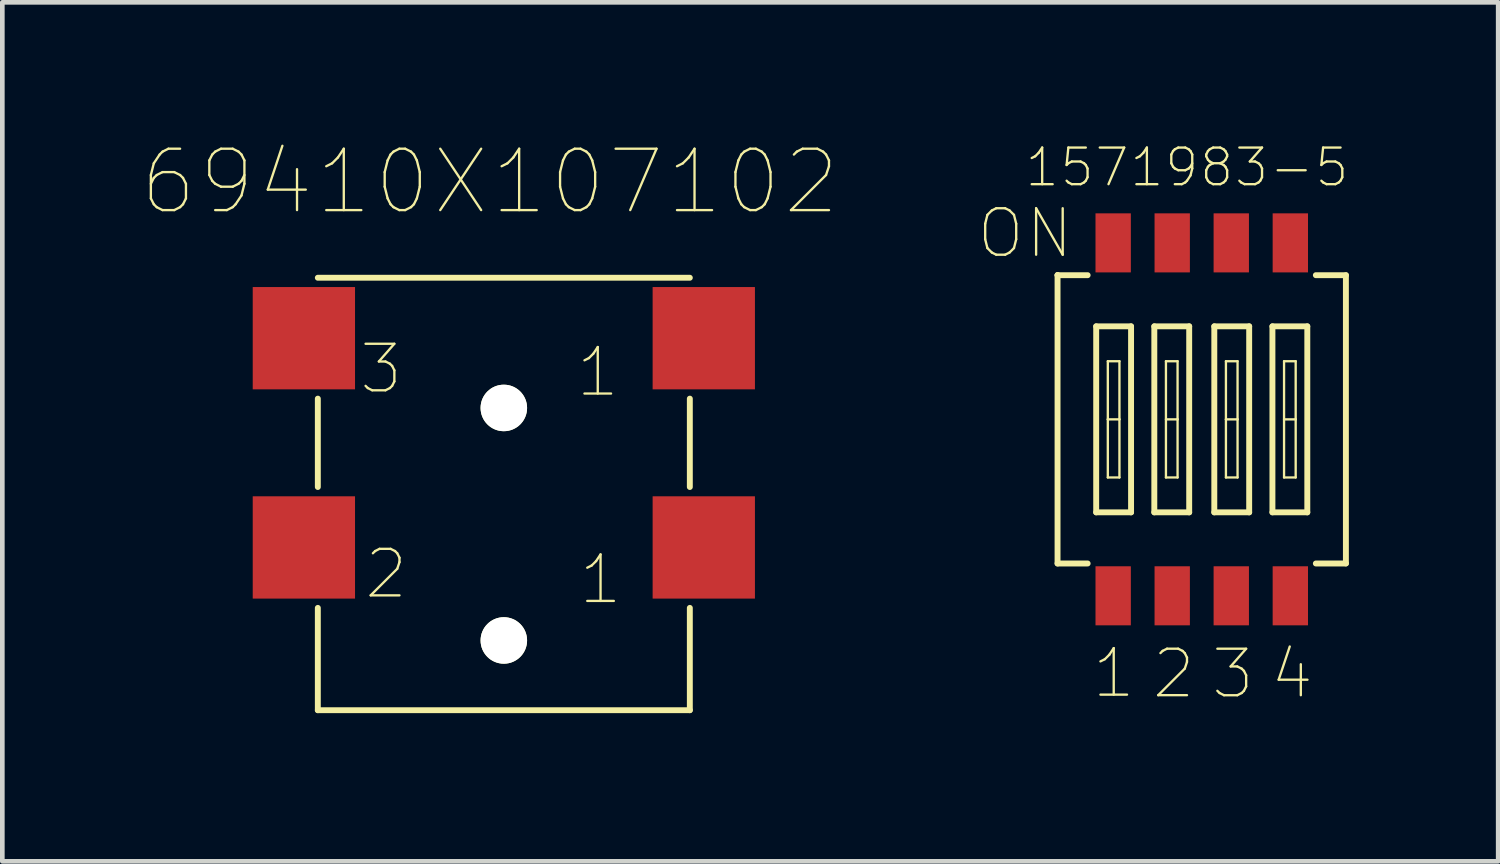
<source format=kicad_pcb>
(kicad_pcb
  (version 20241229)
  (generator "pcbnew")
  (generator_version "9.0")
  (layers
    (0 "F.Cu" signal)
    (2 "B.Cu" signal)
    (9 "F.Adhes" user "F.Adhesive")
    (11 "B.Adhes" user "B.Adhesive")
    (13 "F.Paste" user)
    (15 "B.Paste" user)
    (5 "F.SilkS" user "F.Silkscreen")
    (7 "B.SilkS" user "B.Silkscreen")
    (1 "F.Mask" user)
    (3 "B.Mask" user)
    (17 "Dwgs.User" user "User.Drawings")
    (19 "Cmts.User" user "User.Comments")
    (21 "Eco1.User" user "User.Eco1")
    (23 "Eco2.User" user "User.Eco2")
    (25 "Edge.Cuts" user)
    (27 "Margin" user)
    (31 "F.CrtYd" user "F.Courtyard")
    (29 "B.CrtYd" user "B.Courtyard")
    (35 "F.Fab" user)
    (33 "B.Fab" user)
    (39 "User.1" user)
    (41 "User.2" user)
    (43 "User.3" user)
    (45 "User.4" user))
  (footprint "69410X107102"
    (layer "F.Cu")
    (at 7.785 12.223)
    (property "Reference" "69410X107102" (at -0.299 -11.363 0) (layer "F.SilkS") (effects (font (size 1.32 1.32) (thickness 0.05))))
    (attr smd)
    (fp_line (start -4 -9.3) (end 4 -9.3) (stroke (width 0.127) (type solid)) (layer "F.SilkS"))
    (fp_line (start -4 -4.8) (end -4 -6.7) (stroke (width 0.127) (type solid)) (layer "F.SilkS"))
    (fp_line (start -4 -2.2) (end -4 0) (stroke (width 0.127) (type solid)) (layer "F.SilkS"))
    (fp_line (start 4 -4.8) (end 4 -6.7) (stroke (width 0.127) (type solid)) (layer "F.SilkS"))
    (fp_line (start 4 -2.2) (end 4 0) (stroke (width 0.127) (type solid)) (layer "F.SilkS"))
    (fp_line (start 4 0) (end -4 0) (stroke (width 0.127) (type solid)) (layer "F.SilkS"))
    (fp_line (start -4 0) (end -4 -9.3) (stroke (width 0.127) (type solid)) (layer "Eco2.User"))
    (fp_line (start 4 -9.3) (end 4 0) (stroke (width 0.127) (type solid)) (layer "Eco2.User"))
    (fp_text user "2" (at -2.53 -2.93 0) (layer "F.SilkS") (effects (font (size 1 1) (thickness 0.05))))
    (fp_text user "3" (at -2.64 -7.34 0) (layer "F.SilkS") (effects (font (size 1 1) (thickness 0.05))))
    (fp_text user "1" (at 2.08 -2.81 0) (layer "F.SilkS") (effects (font (size 1 1) (thickness 0.05))))
    (fp_text user "1" (at 2.02 -7.27 0) (layer "F.SilkS") (effects (font (size 1 1) (thickness 0.05))))
    (pad "" np_thru_hole circle (at 0 -6.5) (size 1 1) (drill 1) (layers "*.Cu" "*.Mask" "F.SilkS"))
    (pad "" np_thru_hole circle (at 0 -1.5) (size 1 1) (drill 1) (layers "*.Cu" "*.Mask" "F.SilkS"))
    (pad "1" smd rect (at 4.3 -8 180) (size 2.2 2.2) (layers "F.Cu" "F.Mask" "F.Paste"))
    (pad "2" smd rect (at -4.3 -3.5 180) (size 2.2 2.2) (layers "F.Cu" "F.Mask" "F.Paste"))
    (pad "3" smd rect (at -4.3 -8 180) (size 2.2 2.2) (layers "F.Cu" "F.Mask" "F.Paste"))
    (pad "A1" smd rect (at 4.3 -3.5 180) (size 2.2 2.2) (layers "F.Cu" "F.Mask" "F.Paste")))
  (footprint "1571983-5"
    (layer "F.Cu")
    (at 22.794 5.968)
    (property "Reference" "1571983-5" (at -0.317 -5.419 0) (layer "F.SilkS") (effects (font (size 0.788 0.788) (thickness 0.05))))
    (attr smd)
    (fp_line (start -3.101 -3.103) (end -3.101 -3.1) (stroke (width 0.127) (type solid)) (layer "F.SilkS"))
    (fp_line (start -3.101 -3.1) (end -3.101 3.1) (stroke (width 0.127) (type solid)) (layer "F.SilkS"))
    (fp_line (start -3.101 -3.1) (end -2.454 -3.1) (stroke (width 0.127) (type solid)) (layer "F.SilkS"))
    (fp_line (start -3.101 3.1) (end -2.454 3.1) (stroke (width 0.127) (type solid)) (layer "F.SilkS"))
    (fp_line (start -2.27 -2) (end -2.27 2) (stroke (width 0.127) (type solid)) (layer "F.SilkS"))
    (fp_line (start -2.27 2) (end -1.52 2) (stroke (width 0.127) (type solid)) (layer "F.SilkS"))
    (fp_line (start -2.02 -1.25) (end -2.02 0) (stroke (width 0.05) (type solid)) (layer "F.SilkS"))
    (fp_line (start -2.02 0) (end -2.02 1.25) (stroke (width 0.05) (type solid)) (layer "F.SilkS"))
    (fp_line (start -2.02 0) (end -1.77 0) (stroke (width 0.05) (type solid)) (layer "F.SilkS"))
    (fp_line (start -2.02 1.25) (end -1.77 1.25) (stroke (width 0.05) (type solid)) (layer "F.SilkS"))
    (fp_line (start -1.77 -1.25) (end -2.02 -1.25) (stroke (width 0.05) (type solid)) (layer "F.SilkS"))
    (fp_line (start -1.77 0) (end -1.77 -1.25) (stroke (width 0.05) (type solid)) (layer "F.SilkS"))
    (fp_line (start -1.77 1.25) (end -1.77 0) (stroke (width 0.05) (type solid)) (layer "F.SilkS"))
    (fp_line (start -1.52 -2) (end -2.27 -2) (stroke (width 0.127) (type solid)) (layer "F.SilkS"))
    (fp_line (start -1.52 2) (end -1.52 -2) (stroke (width 0.127) (type solid)) (layer "F.SilkS"))
    (fp_line (start -1.02 -2) (end -1.02 2) (stroke (width 0.127) (type solid)) (layer "F.SilkS"))
    (fp_line (start -1.02 2) (end -0.27 2) (stroke (width 0.127) (type solid)) (layer "F.SilkS"))
    (fp_line (start -0.77 -1.25) (end -0.77 1.25) (stroke (width 0.05) (type solid)) (layer "F.SilkS"))
    (fp_line (start -0.77 0) (end -0.52 0) (stroke (width 0.05) (type solid)) (layer "F.SilkS"))
    (fp_line (start -0.77 1.25) (end -0.52 1.25) (stroke (width 0.05) (type solid)) (layer "F.SilkS"))
    (fp_line (start -0.52 -1.25) (end -0.77 -1.25) (stroke (width 0.05) (type solid)) (layer "F.SilkS"))
    (fp_line (start -0.52 0) (end -0.52 -1.25) (stroke (width 0.05) (type solid)) (layer "F.SilkS"))
    (fp_line (start -0.52 1.25) (end -0.52 0) (stroke (width 0.05) (type solid)) (layer "F.SilkS"))
    (fp_line (start -0.27 -2) (end -1.02 -2) (stroke (width 0.127) (type solid)) (layer "F.SilkS"))
    (fp_line (start -0.27 2) (end -0.27 -2) (stroke (width 0.127) (type solid)) (layer "F.SilkS"))
    (fp_line (start 0.27 -2) (end 0.27 2) (stroke (width 0.127) (type solid)) (layer "F.SilkS"))
    (fp_line (start 0.27 2) (end 1.02 2) (stroke (width 0.127) (type solid)) (layer "F.SilkS"))
    (fp_line (start 0.52 -1.25) (end 0.52 0) (stroke (width 0.05) (type solid)) (layer "F.SilkS"))
    (fp_line (start 0.52 0) (end 0.52 1.25) (stroke (width 0.05) (type solid)) (layer "F.SilkS"))
    (fp_line (start 0.52 0) (end 0.77 0) (stroke (width 0.05) (type solid)) (layer "F.SilkS"))
    (fp_line (start 0.52 1.25) (end 0.77 1.25) (stroke (width 0.05) (type solid)) (layer "F.SilkS"))
    (fp_line (start 0.77 -1.25) (end 0.52 -1.25) (stroke (width 0.05) (type solid)) (layer "F.SilkS"))
    (fp_line (start 0.77 0) (end 0.77 -1.25) (stroke (width 0.05) (type solid)) (layer "F.SilkS"))
    (fp_line (start 0.77 1.25) (end 0.77 0) (stroke (width 0.05) (type solid)) (layer "F.SilkS"))
    (fp_line (start 1.02 -2) (end 0.27 -2) (stroke (width 0.127) (type solid)) (layer "F.SilkS"))
    (fp_line (start 1.02 2) (end 1.02 -2) (stroke (width 0.127) (type solid)) (layer "F.SilkS"))
    (fp_line (start 1.52 -2) (end 1.52 2) (stroke (width 0.127) (type solid)) (layer "F.SilkS"))
    (fp_line (start 1.52 2) (end 2.27 2) (stroke (width 0.127) (type solid)) (layer "F.SilkS"))
    (fp_line (start 1.77 -1.25) (end 1.77 1.25) (stroke (width 0.05) (type solid)) (layer "F.SilkS"))
    (fp_line (start 1.77 0) (end 2.02 0) (stroke (width 0.05) (type solid)) (layer "F.SilkS"))
    (fp_line (start 1.77 1.25) (end 2.02 1.25) (stroke (width 0.05) (type solid)) (layer "F.SilkS"))
    (fp_line (start 2.02 -1.25) (end 1.77 -1.25) (stroke (width 0.05) (type solid)) (layer "F.SilkS"))
    (fp_line (start 2.02 0) (end 2.02 -1.25) (stroke (width 0.05) (type solid)) (layer "F.SilkS"))
    (fp_line (start 2.02 1.25) (end 2.02 0) (stroke (width 0.05) (type solid)) (layer "F.SilkS"))
    (fp_line (start 2.27 -2) (end 1.52 -2) (stroke (width 0.127) (type solid)) (layer "F.SilkS"))
    (fp_line (start 2.27 2) (end 2.27 -2) (stroke (width 0.127) (type solid)) (layer "F.SilkS"))
    (fp_line (start 2.454 -3.1) (end 3.101 -3.1) (stroke (width 0.127) (type solid)) (layer "F.SilkS"))
    (fp_line (start 2.454 3.1) (end 3.101 3.1) (stroke (width 0.127) (type solid)) (layer "F.SilkS"))
    (fp_line (start 3.1 3.098) (end 3.1 -3.099) (stroke (width 0.127) (type solid)) (layer "F.SilkS"))
    (fp_line (start -3.35 -4.68) (end -3.35 4.68) (stroke (width 0.05) (type solid)) (layer "Eco1.User"))
    (fp_line (start -3.35 4.68) (end 3.35 4.68) (stroke (width 0.05) (type solid)) (layer "Eco1.User"))
    (fp_line (start 3.35 -4.68) (end -3.35 -4.68) (stroke (width 0.05) (type solid)) (layer "Eco1.User"))
    (fp_line (start 3.35 4.68) (end 3.35 -4.68) (stroke (width 0.05) (type solid)) (layer "Eco1.User"))
    (fp_line (start -3.1 -3.1) (end -3.1 3.1) (stroke (width 0.127) (type solid)) (layer "Eco2.User"))
    (fp_line (start -3.1 3.1) (end 3.1 3.1) (stroke (width 0.127) (type solid)) (layer "Eco2.User"))
    (fp_line (start -2.27 -2) (end -2.27 2) (stroke (width 0.127) (type solid)) (layer "Eco2.User"))
    (fp_line (start -2.27 2) (end -1.52 2) (stroke (width 0.127) (type solid)) (layer "Eco2.User"))
    (fp_line (start -2.02 -1.25) (end -1.77 -1.25) (stroke (width 0.05) (type solid)) (layer "Eco2.User"))
    (fp_line (start -2.02 0) (end -2.02 -1.25) (stroke (width 0.05) (type solid)) (layer "Eco2.User"))
    (fp_line (start -2.02 0) (end -1.77 0) (stroke (width 0.05) (type solid)) (layer "Eco2.User"))
    (fp_line (start -2.02 1.25) (end -2.02 0) (stroke (width 0.05) (type solid)) (layer "Eco2.User"))
    (fp_line (start -1.77 -1.25) (end -1.77 0) (stroke (width 0.05) (type solid)) (layer "Eco2.User"))
    (fp_line (start -1.77 0) (end -1.77 1.25) (stroke (width 0.05) (type solid)) (layer "Eco2.User"))
    (fp_line (start -1.77 1.25) (end -2.02 1.25) (stroke (width 0.05) (type solid)) (layer "Eco2.User"))
    (fp_line (start -1.52 -2) (end -2.27 -2) (stroke (width 0.127) (type solid)) (layer "Eco2.User"))
    (fp_line (start -1.52 2) (end -1.52 -2) (stroke (width 0.127) (type solid)) (layer "Eco2.User"))
    (fp_line (start -1.02 -2) (end -1.02 2) (stroke (width 0.127) (type solid)) (layer "Eco2.User"))
    (fp_line (start -1.02 2) (end -0.27 2) (stroke (width 0.127) (type solid)) (layer "Eco2.User"))
    (fp_line (start -0.77 -1.25) (end -0.77 0) (stroke (width 0.05) (type solid)) (layer "Eco2.User"))
    (fp_line (start -0.77 0) (end -0.77 1.25) (stroke (width 0.05) (type solid)) (layer "Eco2.User"))
    (fp_line (start -0.77 0) (end -0.52 0) (stroke (width 0.05) (type solid)) (layer "Eco2.User"))
    (fp_line (start -0.77 1.25) (end -0.52 1.25) (stroke (width 0.05) (type solid)) (layer "Eco2.User"))
    (fp_line (start -0.52 -1.25) (end -0.77 -1.25) (stroke (width 0.05) (type solid)) (layer "Eco2.User"))
    (fp_line (start -0.52 0) (end -0.52 -1.25) (stroke (width 0.05) (type solid)) (layer "Eco2.User"))
    (fp_line (start -0.52 1.25) (end -0.52 0) (stroke (width 0.05) (type solid)) (layer "Eco2.User"))
    (fp_line (start -0.27 -2) (end -1.02 -2) (stroke (width 0.127) (type solid)) (layer "Eco2.User"))
    (fp_line (start -0.27 2) (end -0.27 -2) (stroke (width 0.127) (type solid)) (layer "Eco2.User"))
    (fp_line (start 0.27 -2) (end 0.27 2) (stroke (width 0.127) (type solid)) (layer "Eco2.User"))
    (fp_line (start 0.27 2) (end 1.02 2) (stroke (width 0.127) (type solid)) (layer "Eco2.User"))
    (fp_line (start 0.52 -1.25) (end 0.77 -1.25) (stroke (width 0.05) (type solid)) (layer "Eco2.User"))
    (fp_line (start 0.52 0) (end 0.52 -1.25) (stroke (width 0.05) (type solid)) (layer "Eco2.User"))
    (fp_line (start 0.52 0) (end 0.77 0) (stroke (width 0.05) (type solid)) (layer "Eco2.User"))
    (fp_line (start 0.52 1.25) (end 0.52 0) (stroke (width 0.05) (type solid)) (layer "Eco2.User"))
    (fp_line (start 0.77 -1.25) (end 0.77 0) (stroke (width 0.05) (type solid)) (layer "Eco2.User"))
    (fp_line (start 0.77 0) (end 0.77 1.25) (stroke (width 0.05) (type solid)) (layer "Eco2.User"))
    (fp_line (start 0.77 1.25) (end 0.52 1.25) (stroke (width 0.05) (type solid)) (layer "Eco2.User"))
    (fp_line (start 1.02 -2) (end 0.27 -2) (stroke (width 0.127) (type solid)) (layer "Eco2.User"))
    (fp_line (start 1.02 2) (end 1.02 -2) (stroke (width 0.127) (type solid)) (layer "Eco2.User"))
    (fp_line (start 1.52 -2) (end 1.52 2) (stroke (width 0.127) (type solid)) (layer "Eco2.User"))
    (fp_line (start 1.52 2) (end 2.27 2) (stroke (width 0.127) (type solid)) (layer "Eco2.User"))
    (fp_line (start 1.77 -1.25) (end 1.77 0) (stroke (width 0.05) (type solid)) (layer "Eco2.User"))
    (fp_line (start 1.77 0) (end 1.77 1.25) (stroke (width 0.05) (type solid)) (layer "Eco2.User"))
    (fp_line (start 1.77 0) (end 2.02 0) (stroke (width 0.05) (type solid)) (layer "Eco2.User"))
    (fp_line (start 1.77 1.25) (end 2.02 1.25) (stroke (width 0.05) (type solid)) (layer "Eco2.User"))
    (fp_line (start 2.02 -1.25) (end 1.77 -1.25) (stroke (width 0.05) (type solid)) (layer "Eco2.User"))
    (fp_line (start 2.02 0) (end 2.02 -1.25) (stroke (width 0.05) (type solid)) (layer "Eco2.User"))
    (fp_line (start 2.02 1.25) (end 2.02 0) (stroke (width 0.05) (type solid)) (layer "Eco2.User"))
    (fp_line (start 2.27 -2) (end 1.52 -2) (stroke (width 0.127) (type solid)) (layer "Eco2.User"))
    (fp_line (start 2.27 2) (end 2.27 -2) (stroke (width 0.127) (type solid)) (layer "Eco2.User"))
    (fp_line (start 3.1 -3.1) (end -3.1 -3.1) (stroke (width 0.127) (type solid)) (layer "Eco2.User"))
    (fp_line (start 3.1 3.1) (end 3.1 -3.1) (stroke (width 0.127) (type solid)) (layer "Eco2.User"))
    (fp_text user "ON" (at -3.8 -4 0) (layer "F.SilkS") (effects (font (size 1 1) (thickness 0.05))))
    (fp_text user "2" (at -0.603 5.472 0) (layer "F.SilkS") (effects (font (size 1 1) (thickness 0.05))))
    (fp_text user "3" (at 0.669 5.473 0) (layer "F.SilkS") (effects (font (size 1 1) (thickness 0.05))))
    (fp_text user "1" (at -1.893 5.46 0) (layer "F.SilkS") (effects (font (size 1 1) (thickness 0.05))))
    (fp_text user "4" (at 1.94 5.473 0) (layer "F.SilkS") (effects (font (size 1 1) (thickness 0.05))))
    (pad "1.1" smd rect (at -1.905 3.795 90) (size 1.27 0.76) (layers "F.Cu" "F.Mask" "F.Paste"))
    (pad "1.2" smd rect (at -1.905 -3.795 90) (size 1.27 0.76) (layers "F.Cu" "F.Mask" "F.Paste"))
    (pad "2.1" smd rect (at -0.635 3.795 90) (size 1.27 0.76) (layers "F.Cu" "F.Mask" "F.Paste"))
    (pad "2.2" smd rect (at -0.635 -3.795 90) (size 1.27 0.76) (layers "F.Cu" "F.Mask" "F.Paste"))
    (pad "3.1" smd rect (at 0.635 3.795 90) (size 1.27 0.76) (layers "F.Cu" "F.Mask" "F.Paste"))
    (pad "3.2" smd rect (at 0.635 -3.795 90) (size 1.27 0.76) (layers "F.Cu" "F.Mask" "F.Paste"))
    (pad "4.1" smd rect (at 1.905 3.795 90) (size 1.27 0.76) (layers "F.Cu" "F.Mask" "F.Paste"))
    (pad "4.2" smd rect (at 1.905 -3.795 90) (size 1.27 0.76) (layers "F.Cu" "F.Mask" "F.Paste")))
  (gr_rect
    (start -3 -3)
    (end 29.169 15.473)
    (stroke (width 0.1) (type default))
    (fill no)
    (layer "Edge.Cuts")))
</source>
